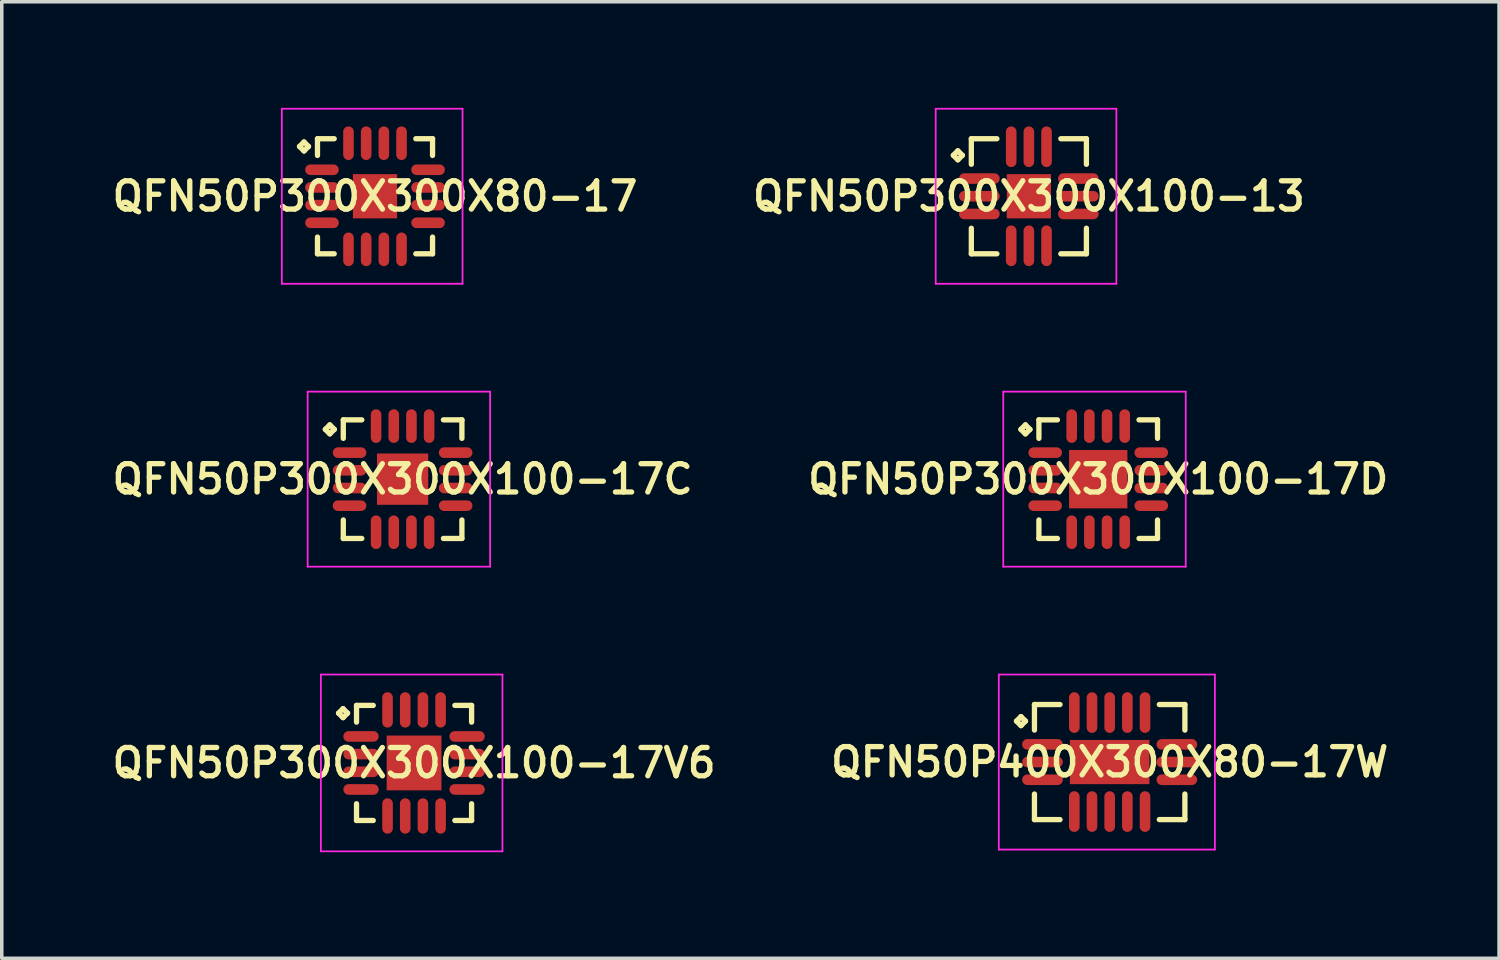
<source format=kicad_pcb>
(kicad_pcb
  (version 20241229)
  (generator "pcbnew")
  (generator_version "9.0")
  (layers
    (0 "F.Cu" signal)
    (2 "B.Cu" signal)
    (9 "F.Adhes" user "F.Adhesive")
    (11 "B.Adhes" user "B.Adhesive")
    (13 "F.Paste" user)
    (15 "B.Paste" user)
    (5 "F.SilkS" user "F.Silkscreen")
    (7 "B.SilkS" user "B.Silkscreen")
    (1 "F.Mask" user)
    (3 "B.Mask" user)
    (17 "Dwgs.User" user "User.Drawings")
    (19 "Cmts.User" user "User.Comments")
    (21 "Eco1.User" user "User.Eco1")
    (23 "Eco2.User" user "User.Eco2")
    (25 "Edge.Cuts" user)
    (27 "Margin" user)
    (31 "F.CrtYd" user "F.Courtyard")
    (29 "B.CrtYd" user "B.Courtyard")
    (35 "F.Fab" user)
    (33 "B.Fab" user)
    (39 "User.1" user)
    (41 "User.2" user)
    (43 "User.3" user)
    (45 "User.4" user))
  (footprint "QFN50P300X300X80-17"
    (layer "F.Cu")
    (at 7.555 2.5)
    (property "Reference" "QFN50P300X300X80-17" (at 0 0 0) (layer "F.SilkS") (effects (font (size 0.8 0.8) (thickness 0.15))))
    (attr smd)
    (fp_line (start -2.135 -1.408) (end -2.008 -1.535) (stroke (width 0.15) (type solid)) (layer "F.SilkS"))
    (fp_line (start -2.008 -1.535) (end -1.881 -1.408) (stroke (width 0.15) (type solid)) (layer "F.SilkS"))
    (fp_line (start -2.008 -1.281) (end -2.135 -1.408) (stroke (width 0.15) (type solid)) (layer "F.SilkS"))
    (fp_line (start -1.881 -1.408) (end -2.008 -1.281) (stroke (width 0.15) (type solid)) (layer "F.SilkS"))
    (fp_line (start -1.627 -1.627) (end -1.154 -1.627) (stroke (width 0.15) (type solid)) (layer "F.SilkS"))
    (fp_line (start -1.627 -1.154) (end -1.627 -1.627) (stroke (width 0.15) (type solid)) (layer "F.SilkS"))
    (fp_line (start -1.627 1.154) (end -1.627 1.627) (stroke (width 0.15) (type solid)) (layer "F.SilkS"))
    (fp_line (start -1.627 1.627) (end -1.154 1.627) (stroke (width 0.15) (type solid)) (layer "F.SilkS"))
    (fp_line (start 1.154 -1.627) (end 1.627 -1.627) (stroke (width 0.15) (type solid)) (layer "F.SilkS"))
    (fp_line (start 1.154 1.627) (end 1.627 1.627) (stroke (width 0.15) (type solid)) (layer "F.SilkS"))
    (fp_line (start 1.627 -1.627) (end 1.627 -1.154) (stroke (width 0.15) (type solid)) (layer "F.SilkS"))
    (fp_line (start 1.627 1.627) (end 1.627 1.154) (stroke (width 0.15) (type solid)) (layer "F.SilkS"))
    (fp_line (start -2.635 -2.475) (end 2.475 -2.475) (stroke (width 0.05) (type solid)) (layer "F.CrtYd"))
    (fp_line (start -2.635 2.475) (end -2.635 -2.475) (stroke (width 0.05) (type solid)) (layer "F.CrtYd"))
    (fp_line (start 2.475 -2.475) (end 2.475 2.475) (stroke (width 0.05) (type solid)) (layer "F.CrtYd"))
    (fp_line (start 2.475 2.475) (end -2.635 2.475) (stroke (width 0.05) (type solid)) (layer "F.CrtYd"))
    (pad "1" smd oval (at -1.5 -0.75) (size 0.95 0.3) (layers "F.Cu" "F.Mask" "F.Paste"))
    (pad "2" smd oval (at -1.5 -0.25) (size 0.95 0.3) (layers "F.Cu" "F.Mask" "F.Paste"))
    (pad "3" smd oval (at -1.5 0.25) (size 0.95 0.3) (layers "F.Cu" "F.Mask" "F.Paste"))
    (pad "4" smd oval (at -1.5 0.75) (size 0.95 0.3) (layers "F.Cu" "F.Mask" "F.Paste"))
    (pad "5" smd oval (at -0.75 1.5) (size 0.3 0.95) (layers "F.Cu" "F.Mask" "F.Paste"))
    (pad "6" smd oval (at -0.25 1.5) (size 0.3 0.95) (layers "F.Cu" "F.Mask" "F.Paste"))
    (pad "7" smd oval (at 0.25 1.5) (size 0.3 0.95) (layers "F.Cu" "F.Mask" "F.Paste"))
    (pad "8" smd oval (at 0.75 1.5) (size 0.3 0.95) (layers "F.Cu" "F.Mask" "F.Paste"))
    (pad "9" smd oval (at 1.5 0.75) (size 0.95 0.3) (layers "F.Cu" "F.Mask" "F.Paste"))
    (pad "10" smd oval (at 1.5 0.25) (size 0.95 0.3) (layers "F.Cu" "F.Mask" "F.Paste"))
    (pad "11" smd oval (at 1.5 -0.25) (size 0.95 0.3) (layers "F.Cu" "F.Mask" "F.Paste"))
    (pad "12" smd oval (at 1.5 -0.75) (size 0.95 0.3) (layers "F.Cu" "F.Mask" "F.Paste"))
    (pad "13" smd oval (at 0.75 -1.5) (size 0.3 0.95) (layers "F.Cu" "F.Mask" "F.Paste"))
    (pad "14" smd oval (at 0.25 -1.5) (size 0.3 0.95) (layers "F.Cu" "F.Mask" "F.Paste"))
    (pad "15" smd oval (at -0.25 -1.5) (size 0.3 0.95) (layers "F.Cu" "F.Mask" "F.Paste"))
    (pad "16" smd oval (at -0.75 -1.5) (size 0.3 0.95) (layers "F.Cu" "F.Mask" "F.Paste"))
    (pad "17" smd rect (at 0 0) (size 1.25 1.25) (layers "F.Cu" "F.Mask" "F.Paste")))
  (footprint "QFN50P300X300X100-17D"
    (layer "F.Cu")
    (at 28.006 10.5)
    (property "Reference" "QFN50P300X300X100-17D" (at 0 0 0) (layer "F.SilkS") (effects (font (size 0.8 0.8) (thickness 0.15))))
    (attr smd)
    (fp_line (start -2.185 -1.408) (end -2.058 -1.535) (stroke (width 0.15) (type solid)) (layer "F.SilkS"))
    (fp_line (start -2.058 -1.535) (end -1.931 -1.408) (stroke (width 0.15) (type solid)) (layer "F.SilkS"))
    (fp_line (start -2.058 -1.281) (end -2.185 -1.408) (stroke (width 0.15) (type solid)) (layer "F.SilkS"))
    (fp_line (start -1.931 -1.408) (end -2.058 -1.281) (stroke (width 0.15) (type solid)) (layer "F.SilkS"))
    (fp_line (start -1.677 -1.677) (end -1.154 -1.677) (stroke (width 0.15) (type solid)) (layer "F.SilkS"))
    (fp_line (start -1.677 -1.154) (end -1.677 -1.677) (stroke (width 0.15) (type solid)) (layer "F.SilkS"))
    (fp_line (start -1.677 1.154) (end -1.677 1.677) (stroke (width 0.15) (type solid)) (layer "F.SilkS"))
    (fp_line (start -1.677 1.677) (end -1.154 1.677) (stroke (width 0.15) (type solid)) (layer "F.SilkS"))
    (fp_line (start 1.154 -1.677) (end 1.677 -1.677) (stroke (width 0.15) (type solid)) (layer "F.SilkS"))
    (fp_line (start 1.154 1.677) (end 1.677 1.677) (stroke (width 0.15) (type solid)) (layer "F.SilkS"))
    (fp_line (start 1.677 -1.677) (end 1.677 -1.154) (stroke (width 0.15) (type solid)) (layer "F.SilkS"))
    (fp_line (start 1.677 1.677) (end 1.677 1.154) (stroke (width 0.15) (type solid)) (layer "F.SilkS"))
    (fp_line (start -2.685 -2.475) (end 2.475 -2.475) (stroke (width 0.05) (type solid)) (layer "F.CrtYd"))
    (fp_line (start -2.685 2.475) (end -2.685 -2.475) (stroke (width 0.05) (type solid)) (layer "F.CrtYd"))
    (fp_line (start 2.475 -2.475) (end 2.475 2.475) (stroke (width 0.05) (type solid)) (layer "F.CrtYd"))
    (fp_line (start 2.475 2.475) (end -2.685 2.475) (stroke (width 0.05) (type solid)) (layer "F.CrtYd"))
    (pad "1" smd oval (at -1.5 -0.75) (size 0.95 0.3) (layers "F.Cu" "F.Mask" "F.Paste"))
    (pad "2" smd oval (at -1.5 -0.25) (size 0.95 0.3) (layers "F.Cu" "F.Mask" "F.Paste"))
    (pad "3" smd oval (at -1.5 0.25) (size 0.95 0.3) (layers "F.Cu" "F.Mask" "F.Paste"))
    (pad "4" smd oval (at -1.5 0.75) (size 0.95 0.3) (layers "F.Cu" "F.Mask" "F.Paste"))
    (pad "5" smd oval (at -0.75 1.5) (size 0.3 0.95) (layers "F.Cu" "F.Mask" "F.Paste"))
    (pad "6" smd oval (at -0.25 1.5) (size 0.3 0.95) (layers "F.Cu" "F.Mask" "F.Paste"))
    (pad "7" smd oval (at 0.25 1.5) (size 0.3 0.95) (layers "F.Cu" "F.Mask" "F.Paste"))
    (pad "8" smd oval (at 0.75 1.5) (size 0.3 0.95) (layers "F.Cu" "F.Mask" "F.Paste"))
    (pad "9" smd oval (at 1.5 0.75) (size 0.95 0.3) (layers "F.Cu" "F.Mask" "F.Paste"))
    (pad "10" smd oval (at 1.5 0.25) (size 0.95 0.3) (layers "F.Cu" "F.Mask" "F.Paste"))
    (pad "11" smd oval (at 1.5 -0.25) (size 0.95 0.3) (layers "F.Cu" "F.Mask" "F.Paste"))
    (pad "12" smd oval (at 1.5 -0.75) (size 0.95 0.3) (layers "F.Cu" "F.Mask" "F.Paste"))
    (pad "13" smd oval (at 0.75 -1.5) (size 0.3 0.95) (layers "F.Cu" "F.Mask" "F.Paste"))
    (pad "14" smd oval (at 0.25 -1.5) (size 0.3 0.95) (layers "F.Cu" "F.Mask" "F.Paste"))
    (pad "15" smd oval (at -0.25 -1.5) (size 0.3 0.95) (layers "F.Cu" "F.Mask" "F.Paste"))
    (pad "16" smd oval (at -0.75 -1.5) (size 0.3 0.95) (layers "F.Cu" "F.Mask" "F.Paste"))
    (pad "17" smd rect (at 0 0) (size 1.65 1.65) (layers "F.Cu" "F.Mask" "F.Paste")))
  (footprint "QFN50P300X300X100-17C"
    (layer "F.Cu")
    (at 8.335 10.5)
    (property "Reference" "QFN50P300X300X100-17C" (at 0 0 0) (layer "F.SilkS") (effects (font (size 0.8 0.8) (thickness 0.15))))
    (attr smd)
    (fp_line (start -2.185 -1.408) (end -2.058 -1.535) (stroke (width 0.15) (type solid)) (layer "F.SilkS"))
    (fp_line (start -2.058 -1.535) (end -1.931 -1.408) (stroke (width 0.15) (type solid)) (layer "F.SilkS"))
    (fp_line (start -2.058 -1.281) (end -2.185 -1.408) (stroke (width 0.15) (type solid)) (layer "F.SilkS"))
    (fp_line (start -1.931 -1.408) (end -2.058 -1.281) (stroke (width 0.15) (type solid)) (layer "F.SilkS"))
    (fp_line (start -1.677 -1.677) (end -1.154 -1.677) (stroke (width 0.15) (type solid)) (layer "F.SilkS"))
    (fp_line (start -1.677 -1.154) (end -1.677 -1.677) (stroke (width 0.15) (type solid)) (layer "F.SilkS"))
    (fp_line (start -1.677 1.154) (end -1.677 1.677) (stroke (width 0.15) (type solid)) (layer "F.SilkS"))
    (fp_line (start -1.677 1.677) (end -1.154 1.677) (stroke (width 0.15) (type solid)) (layer "F.SilkS"))
    (fp_line (start 1.154 -1.677) (end 1.677 -1.677) (stroke (width 0.15) (type solid)) (layer "F.SilkS"))
    (fp_line (start 1.154 1.677) (end 1.677 1.677) (stroke (width 0.15) (type solid)) (layer "F.SilkS"))
    (fp_line (start 1.677 -1.677) (end 1.677 -1.154) (stroke (width 0.15) (type solid)) (layer "F.SilkS"))
    (fp_line (start 1.677 1.677) (end 1.677 1.154) (stroke (width 0.15) (type solid)) (layer "F.SilkS"))
    (fp_line (start -2.685 -2.475) (end 2.475 -2.475) (stroke (width 0.05) (type solid)) (layer "F.CrtYd"))
    (fp_line (start -2.685 2.475) (end -2.685 -2.475) (stroke (width 0.05) (type solid)) (layer "F.CrtYd"))
    (fp_line (start 2.475 -2.475) (end 2.475 2.475) (stroke (width 0.05) (type solid)) (layer "F.CrtYd"))
    (fp_line (start 2.475 2.475) (end -2.685 2.475) (stroke (width 0.05) (type solid)) (layer "F.CrtYd"))
    (pad "1" smd oval (at -1.5 -0.75) (size 0.95 0.3) (layers "F.Cu" "F.Mask" "F.Paste"))
    (pad "2" smd oval (at -1.5 -0.25) (size 0.95 0.3) (layers "F.Cu" "F.Mask" "F.Paste"))
    (pad "3" smd oval (at -1.5 0.25) (size 0.95 0.3) (layers "F.Cu" "F.Mask" "F.Paste"))
    (pad "4" smd oval (at -1.5 0.75) (size 0.95 0.3) (layers "F.Cu" "F.Mask" "F.Paste"))
    (pad "5" smd oval (at -0.75 1.5) (size 0.3 0.95) (layers "F.Cu" "F.Mask" "F.Paste"))
    (pad "6" smd oval (at -0.25 1.5) (size 0.3 0.95) (layers "F.Cu" "F.Mask" "F.Paste"))
    (pad "7" smd oval (at 0.25 1.5) (size 0.3 0.95) (layers "F.Cu" "F.Mask" "F.Paste"))
    (pad "8" smd oval (at 0.75 1.5) (size 0.3 0.95) (layers "F.Cu" "F.Mask" "F.Paste"))
    (pad "9" smd oval (at 1.5 0.75) (size 0.95 0.3) (layers "F.Cu" "F.Mask" "F.Paste"))
    (pad "10" smd oval (at 1.5 0.25) (size 0.95 0.3) (layers "F.Cu" "F.Mask" "F.Paste"))
    (pad "11" smd oval (at 1.5 -0.25) (size 0.95 0.3) (layers "F.Cu" "F.Mask" "F.Paste"))
    (pad "12" smd oval (at 1.5 -0.75) (size 0.95 0.3) (layers "F.Cu" "F.Mask" "F.Paste"))
    (pad "13" smd oval (at 0.75 -1.5) (size 0.3 0.95) (layers "F.Cu" "F.Mask" "F.Paste"))
    (pad "14" smd oval (at 0.25 -1.5) (size 0.3 0.95) (layers "F.Cu" "F.Mask" "F.Paste"))
    (pad "15" smd oval (at -0.25 -1.5) (size 0.3 0.95) (layers "F.Cu" "F.Mask" "F.Paste"))
    (pad "16" smd oval (at -0.75 -1.5) (size 0.3 0.95) (layers "F.Cu" "F.Mask" "F.Paste"))
    (pad "17" smd rect (at 0 0) (size 1.45 1.45) (layers "F.Cu" "F.Mask" "F.Paste")))
  (footprint "QFN50P300X300X100-17V6"
    (layer "F.Cu")
    (at 8.659 18.525)
    (property "Reference" "QFN50P300X300X100-17V6" (at 0 0 0) (layer "F.SilkS") (effects (font (size 0.8 0.8) (thickness 0.15))))
    (attr smd)
    (fp_line (start -2.135 -1.408) (end -2.008 -1.535) (stroke (width 0.15) (type solid)) (layer "F.SilkS"))
    (fp_line (start -2.008 -1.535) (end -1.881 -1.408) (stroke (width 0.15) (type solid)) (layer "F.SilkS"))
    (fp_line (start -2.008 -1.281) (end -2.135 -1.408) (stroke (width 0.15) (type solid)) (layer "F.SilkS"))
    (fp_line (start -1.881 -1.408) (end -2.008 -1.281) (stroke (width 0.15) (type solid)) (layer "F.SilkS"))
    (fp_line (start -1.627 -1.627) (end -1.154 -1.627) (stroke (width 0.15) (type solid)) (layer "F.SilkS"))
    (fp_line (start -1.627 -1.154) (end -1.627 -1.627) (stroke (width 0.15) (type solid)) (layer "F.SilkS"))
    (fp_line (start -1.627 1.154) (end -1.627 1.627) (stroke (width 0.15) (type solid)) (layer "F.SilkS"))
    (fp_line (start -1.627 1.627) (end -1.154 1.627) (stroke (width 0.15) (type solid)) (layer "F.SilkS"))
    (fp_line (start 1.154 -1.627) (end 1.627 -1.627) (stroke (width 0.15) (type solid)) (layer "F.SilkS"))
    (fp_line (start 1.154 1.627) (end 1.627 1.627) (stroke (width 0.15) (type solid)) (layer "F.SilkS"))
    (fp_line (start 1.627 -1.627) (end 1.627 -1.154) (stroke (width 0.15) (type solid)) (layer "F.SilkS"))
    (fp_line (start 1.627 1.627) (end 1.627 1.154) (stroke (width 0.15) (type solid)) (layer "F.SilkS"))
    (fp_line (start -2.635 -2.5) (end 2.5 -2.5) (stroke (width 0.05) (type solid)) (layer "F.CrtYd"))
    (fp_line (start -2.635 2.5) (end -2.635 -2.5) (stroke (width 0.05) (type solid)) (layer "F.CrtYd"))
    (fp_line (start 2.5 -2.5) (end 2.5 2.5) (stroke (width 0.05) (type solid)) (layer "F.CrtYd"))
    (fp_line (start 2.5 2.5) (end -2.635 2.5) (stroke (width 0.05) (type solid)) (layer "F.CrtYd"))
    (pad "1" smd oval (at -1.5 -0.75) (size 1 0.3) (layers "F.Cu" "F.Mask" "F.Paste"))
    (pad "2" smd oval (at -1.5 -0.25) (size 1 0.3) (layers "F.Cu" "F.Mask" "F.Paste"))
    (pad "3" smd oval (at -1.5 0.25) (size 1 0.3) (layers "F.Cu" "F.Mask" "F.Paste"))
    (pad "4" smd oval (at -1.5 0.75) (size 1 0.3) (layers "F.Cu" "F.Mask" "F.Paste"))
    (pad "5" smd oval (at -0.75 1.5) (size 0.3 1) (layers "F.Cu" "F.Mask" "F.Paste"))
    (pad "6" smd oval (at -0.25 1.5) (size 0.3 1) (layers "F.Cu" "F.Mask" "F.Paste"))
    (pad "7" smd oval (at 0.25 1.5) (size 0.3 1) (layers "F.Cu" "F.Mask" "F.Paste"))
    (pad "8" smd oval (at 0.75 1.5) (size 0.3 1) (layers "F.Cu" "F.Mask" "F.Paste"))
    (pad "9" smd oval (at 1.5 0.75) (size 1 0.3) (layers "F.Cu" "F.Mask" "F.Paste"))
    (pad "10" smd oval (at 1.5 0.25) (size 1 0.3) (layers "F.Cu" "F.Mask" "F.Paste"))
    (pad "11" smd oval (at 1.5 -0.25) (size 1 0.3) (layers "F.Cu" "F.Mask" "F.Paste"))
    (pad "12" smd oval (at 1.5 -0.75) (size 1 0.3) (layers "F.Cu" "F.Mask" "F.Paste"))
    (pad "13" smd oval (at 0.75 -1.5) (size 0.3 1) (layers "F.Cu" "F.Mask" "F.Paste"))
    (pad "14" smd oval (at 0.25 -1.5) (size 0.3 1) (layers "F.Cu" "F.Mask" "F.Paste"))
    (pad "15" smd oval (at -0.25 -1.5) (size 0.3 1) (layers "F.Cu" "F.Mask" "F.Paste"))
    (pad "16" smd oval (at -0.75 -1.5) (size 0.3 1) (layers "F.Cu" "F.Mask" "F.Paste"))
    (pad "17" smd rect (at 0 0) (size 1.55 1.55) (layers "F.Cu" "F.Mask" "F.Paste")))
  (footprint "QFN50P400X300X80-17W"
    (layer "F.Cu")
    (at 28.33 18.5)
    (property "Reference" "QFN50P400X300X80-17W" (at 0 0 0) (layer "F.SilkS") (effects (font (size 0.8 0.8) (thickness 0.15))))
    (attr smd)
    (fp_line (start -2.635 -1.158) (end -2.508 -1.285) (stroke (width 0.15) (type solid)) (layer "F.SilkS"))
    (fp_line (start -2.508 -1.285) (end -2.381 -1.158) (stroke (width 0.15) (type solid)) (layer "F.SilkS"))
    (fp_line (start -2.508 -1.031) (end -2.635 -1.158) (stroke (width 0.15) (type solid)) (layer "F.SilkS"))
    (fp_line (start -2.381 -1.158) (end -2.508 -1.031) (stroke (width 0.15) (type solid)) (layer "F.SilkS"))
    (fp_line (start -2.127 -1.627) (end -1.404 -1.627) (stroke (width 0.15) (type solid)) (layer "F.SilkS"))
    (fp_line (start -2.127 -0.904) (end -2.127 -1.627) (stroke (width 0.15) (type solid)) (layer "F.SilkS"))
    (fp_line (start -2.127 0.904) (end -2.127 1.627) (stroke (width 0.15) (type solid)) (layer "F.SilkS"))
    (fp_line (start -2.127 1.627) (end -1.404 1.627) (stroke (width 0.15) (type solid)) (layer "F.SilkS"))
    (fp_line (start 1.404 -1.627) (end 2.127 -1.627) (stroke (width 0.15) (type solid)) (layer "F.SilkS"))
    (fp_line (start 1.404 1.627) (end 2.127 1.627) (stroke (width 0.15) (type solid)) (layer "F.SilkS"))
    (fp_line (start 2.127 -1.627) (end 2.127 -0.904) (stroke (width 0.15) (type solid)) (layer "F.SilkS"))
    (fp_line (start 2.127 1.627) (end 2.127 0.904) (stroke (width 0.15) (type solid)) (layer "F.SilkS"))
    (fp_line (start -3.135 -2.475) (end 2.975 -2.475) (stroke (width 0.05) (type solid)) (layer "F.CrtYd"))
    (fp_line (start -3.135 2.475) (end -3.135 -2.475) (stroke (width 0.05) (type solid)) (layer "F.CrtYd"))
    (fp_line (start 2.975 -2.475) (end 2.975 2.475) (stroke (width 0.05) (type solid)) (layer "F.CrtYd"))
    (fp_line (start 2.975 2.475) (end -3.135 2.475) (stroke (width 0.05) (type solid)) (layer "F.CrtYd"))
    (pad "1" smd oval (at -1.9 -0.5) (size 1.15 0.3) (layers "F.Cu" "F.Mask" "F.Paste"))
    (pad "2" smd oval (at -1.9 0) (size 1.15 0.3) (layers "F.Cu" "F.Mask" "F.Paste"))
    (pad "3" smd oval (at -1.9 0.5) (size 1.15 0.3) (layers "F.Cu" "F.Mask" "F.Paste"))
    (pad "4" smd oval (at -1 1.4) (size 0.3 1.15) (layers "F.Cu" "F.Mask" "F.Paste"))
    (pad "5" smd oval (at -0.5 1.4) (size 0.3 1.15) (layers "F.Cu" "F.Mask" "F.Paste"))
    (pad "6" smd oval (at 0 1.4) (size 0.3 1.15) (layers "F.Cu" "F.Mask" "F.Paste"))
    (pad "7" smd oval (at 0.5 1.4) (size 0.3 1.15) (layers "F.Cu" "F.Mask" "F.Paste"))
    (pad "8" smd oval (at 1 1.4) (size 0.3 1.15) (layers "F.Cu" "F.Mask" "F.Paste"))
    (pad "9" smd oval (at 1.9 0.5) (size 1.15 0.3) (layers "F.Cu" "F.Mask" "F.Paste"))
    (pad "10" smd oval (at 1.9 0) (size 1.15 0.3) (layers "F.Cu" "F.Mask" "F.Paste"))
    (pad "11" smd oval (at 1.9 -0.5) (size 1.15 0.3) (layers "F.Cu" "F.Mask" "F.Paste"))
    (pad "12" smd oval (at 1 -1.4) (size 0.3 1.15) (layers "F.Cu" "F.Mask" "F.Paste"))
    (pad "13" smd oval (at 0.5 -1.4) (size 0.3 1.15) (layers "F.Cu" "F.Mask" "F.Paste"))
    (pad "14" smd oval (at 0 -1.4) (size 0.3 1.15) (layers "F.Cu" "F.Mask" "F.Paste"))
    (pad "15" smd oval (at -0.5 -1.4) (size 0.3 1.15) (layers "F.Cu" "F.Mask" "F.Paste"))
    (pad "16" smd oval (at -1 -1.4) (size 0.3 1.15) (layers "F.Cu" "F.Mask" "F.Paste"))
    (pad "17" smd rect (at 0 0) (size 2.25 1.25) (layers "F.Cu" "F.Mask" "F.Paste")))
  (footprint "QFN50P300X300X100-13"
    (layer "F.Cu")
    (at 26.045 2.5)
    (property "Reference" "QFN50P300X300X100-13" (at 0 0 0) (layer "F.SilkS") (effects (font (size 0.8 0.8) (thickness 0.15))))
    (attr smd)
    (fp_line (start -2.135 -1.158) (end -2.008 -1.285) (stroke (width 0.15) (type solid)) (layer "F.SilkS"))
    (fp_line (start -2.008 -1.285) (end -1.881 -1.158) (stroke (width 0.15) (type solid)) (layer "F.SilkS"))
    (fp_line (start -2.008 -1.031) (end -2.135 -1.158) (stroke (width 0.15) (type solid)) (layer "F.SilkS"))
    (fp_line (start -1.881 -1.158) (end -2.008 -1.031) (stroke (width 0.15) (type solid)) (layer "F.SilkS"))
    (fp_line (start -1.627 -1.627) (end -0.904 -1.627) (stroke (width 0.15) (type solid)) (layer "F.SilkS"))
    (fp_line (start -1.627 -0.904) (end -1.627 -1.627) (stroke (width 0.15) (type solid)) (layer "F.SilkS"))
    (fp_line (start -1.627 0.904) (end -1.627 1.627) (stroke (width 0.15) (type solid)) (layer "F.SilkS"))
    (fp_line (start -1.627 1.627) (end -0.904 1.627) (stroke (width 0.15) (type solid)) (layer "F.SilkS"))
    (fp_line (start 0.904 -1.627) (end 1.627 -1.627) (stroke (width 0.15) (type solid)) (layer "F.SilkS"))
    (fp_line (start 0.904 1.627) (end 1.627 1.627) (stroke (width 0.15) (type solid)) (layer "F.SilkS"))
    (fp_line (start 1.627 -1.627) (end 1.627 -0.904) (stroke (width 0.15) (type solid)) (layer "F.SilkS"))
    (fp_line (start 1.627 1.627) (end 1.627 0.904) (stroke (width 0.15) (type solid)) (layer "F.SilkS"))
    (fp_line (start -2.635 -2.475) (end 2.475 -2.475) (stroke (width 0.05) (type solid)) (layer "F.CrtYd"))
    (fp_line (start -2.635 2.475) (end -2.635 -2.475) (stroke (width 0.05) (type solid)) (layer "F.CrtYd"))
    (fp_line (start 2.475 -2.475) (end 2.475 2.475) (stroke (width 0.05) (type solid)) (layer "F.CrtYd"))
    (fp_line (start 2.475 2.475) (end -2.635 2.475) (stroke (width 0.05) (type solid)) (layer "F.CrtYd"))
    (pad "1" smd oval (at -1.4 -0.5) (size 1.15 0.3) (layers "F.Cu" "F.Mask" "F.Paste"))
    (pad "2" smd oval (at -1.4 0) (size 1.15 0.3) (layers "F.Cu" "F.Mask" "F.Paste"))
    (pad "3" smd oval (at -1.4 0.5) (size 1.15 0.3) (layers "F.Cu" "F.Mask" "F.Paste"))
    (pad "4" smd oval (at -0.5 1.4) (size 0.3 1.15) (layers "F.Cu" "F.Mask" "F.Paste"))
    (pad "5" smd oval (at 0 1.4) (size 0.3 1.15) (layers "F.Cu" "F.Mask" "F.Paste"))
    (pad "6" smd oval (at 0.5 1.4) (size 0.3 1.15) (layers "F.Cu" "F.Mask" "F.Paste"))
    (pad "7" smd oval (at 1.4 0.5) (size 1.15 0.3) (layers "F.Cu" "F.Mask" "F.Paste"))
    (pad "8" smd oval (at 1.4 0) (size 1.15 0.3) (layers "F.Cu" "F.Mask" "F.Paste"))
    (pad "9" smd oval (at 1.4 -0.5) (size 1.15 0.3) (layers "F.Cu" "F.Mask" "F.Paste"))
    (pad "10" smd oval (at 0.5 -1.4) (size 0.3 1.15) (layers "F.Cu" "F.Mask" "F.Paste"))
    (pad "11" smd oval (at 0 -1.4) (size 0.3 1.15) (layers "F.Cu" "F.Mask" "F.Paste"))
    (pad "12" smd oval (at -0.5 -1.4) (size 0.3 1.15) (layers "F.Cu" "F.Mask" "F.Paste"))
    (pad "13" smd rect (at 0 0) (size 1.25 1.25) (layers "F.Cu" "F.Mask" "F.Paste")))
  (gr_rect
    (start -3 -3)
    (end 39.342 24.05)
    (stroke (width 0.1) (type default))
    (fill no)
    (layer "Edge.Cuts")))
</source>
